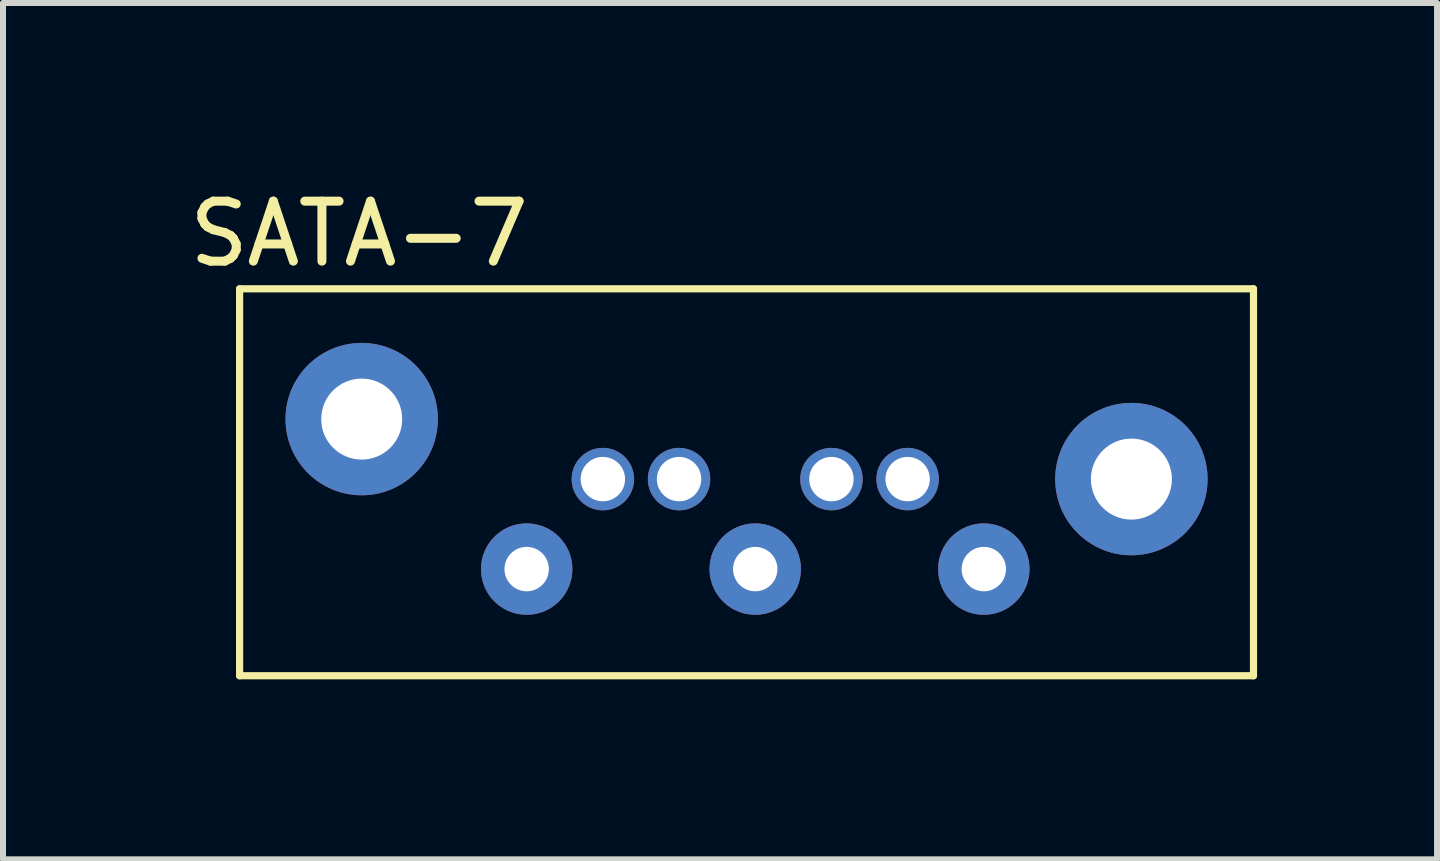
<source format=kicad_pcb>
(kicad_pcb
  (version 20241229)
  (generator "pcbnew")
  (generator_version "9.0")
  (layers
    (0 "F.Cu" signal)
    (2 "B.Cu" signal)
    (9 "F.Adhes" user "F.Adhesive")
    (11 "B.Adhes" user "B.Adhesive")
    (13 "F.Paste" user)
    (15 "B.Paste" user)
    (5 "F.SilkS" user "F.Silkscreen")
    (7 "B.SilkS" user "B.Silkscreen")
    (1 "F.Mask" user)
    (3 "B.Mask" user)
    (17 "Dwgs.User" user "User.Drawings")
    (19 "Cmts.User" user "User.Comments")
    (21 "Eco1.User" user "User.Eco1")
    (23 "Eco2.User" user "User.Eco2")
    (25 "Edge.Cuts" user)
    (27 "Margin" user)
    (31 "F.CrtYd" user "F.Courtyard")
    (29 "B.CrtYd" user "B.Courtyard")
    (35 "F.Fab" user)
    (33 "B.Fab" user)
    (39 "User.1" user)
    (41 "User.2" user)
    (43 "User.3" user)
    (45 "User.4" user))
  (footprint "SATA-7"
    (layer "F.Cu")
    (at 13.349 6.436)
    (property "Reference" "SATA-7" (at -10.414 -5.588 0) (layer "F.SilkS") (effects (font (size 1 1) (thickness 0.15))))
    (attr through_hole)
    (fp_line (start -12.405 -4.672) (end -12.405 1.778) (stroke (width 0.12) (type solid)) (layer "F.SilkS"))
    (fp_line (start -12.405 1.778) (end 4.495 1.778) (stroke (width 0.12) (type solid)) (layer "F.SilkS"))
    (fp_line (start 4.495 -4.672) (end -12.405 -4.672) (stroke (width 0.12) (type solid)) (layer "F.SilkS"))
    (fp_line (start 4.495 1.778) (end 4.495 -4.672) (stroke (width 0.12) (type solid)) (layer "F.SilkS"))
    (pad "" thru_hole circle (at -10.37 -2.5) (size 2.54 2.54) (drill 1.35) (layers "*.Cu" "*.Mask"))
    (pad "" thru_hole circle (at 2.46 -1.5) (size 2.54 2.54) (drill 1.35) (layers "*.Cu" "*.Mask"))
    (pad "1" thru_hole circle (at 0 0) (size 1.524 1.524) (drill 0.74) (layers "*.Cu" "*.Mask"))
    (pad "2" thru_hole circle (at -1.27 -1.5) (size 1.041 1.041) (drill 0.74) (layers "*.Cu" "*.Mask"))
    (pad "3" thru_hole circle (at -2.54 -1.5) (size 1.041 1.041) (drill 0.74) (layers "*.Cu" "*.Mask"))
    (pad "4" thru_hole circle (at -3.81 0) (size 1.524 1.524) (drill 0.74) (layers "*.Cu" "*.Mask"))
    (pad "5" thru_hole circle (at -5.08 -1.5) (size 1.041 1.041) (drill 0.74) (layers "*.Cu" "*.Mask"))
    (pad "6" thru_hole circle (at -6.35 -1.5) (size 1.041 1.041) (drill 0.74) (layers "*.Cu" "*.Mask"))
    (pad "7" thru_hole circle (at -7.62 0) (size 1.524 1.524) (drill 0.74) (layers "*.Cu" "*.Mask")))
  (gr_rect
    (start -3 -3)
    (end 20.904 11.274)
    (stroke (width 0.1) (type default))
    (fill no)
    (layer "Edge.Cuts")))
</source>
